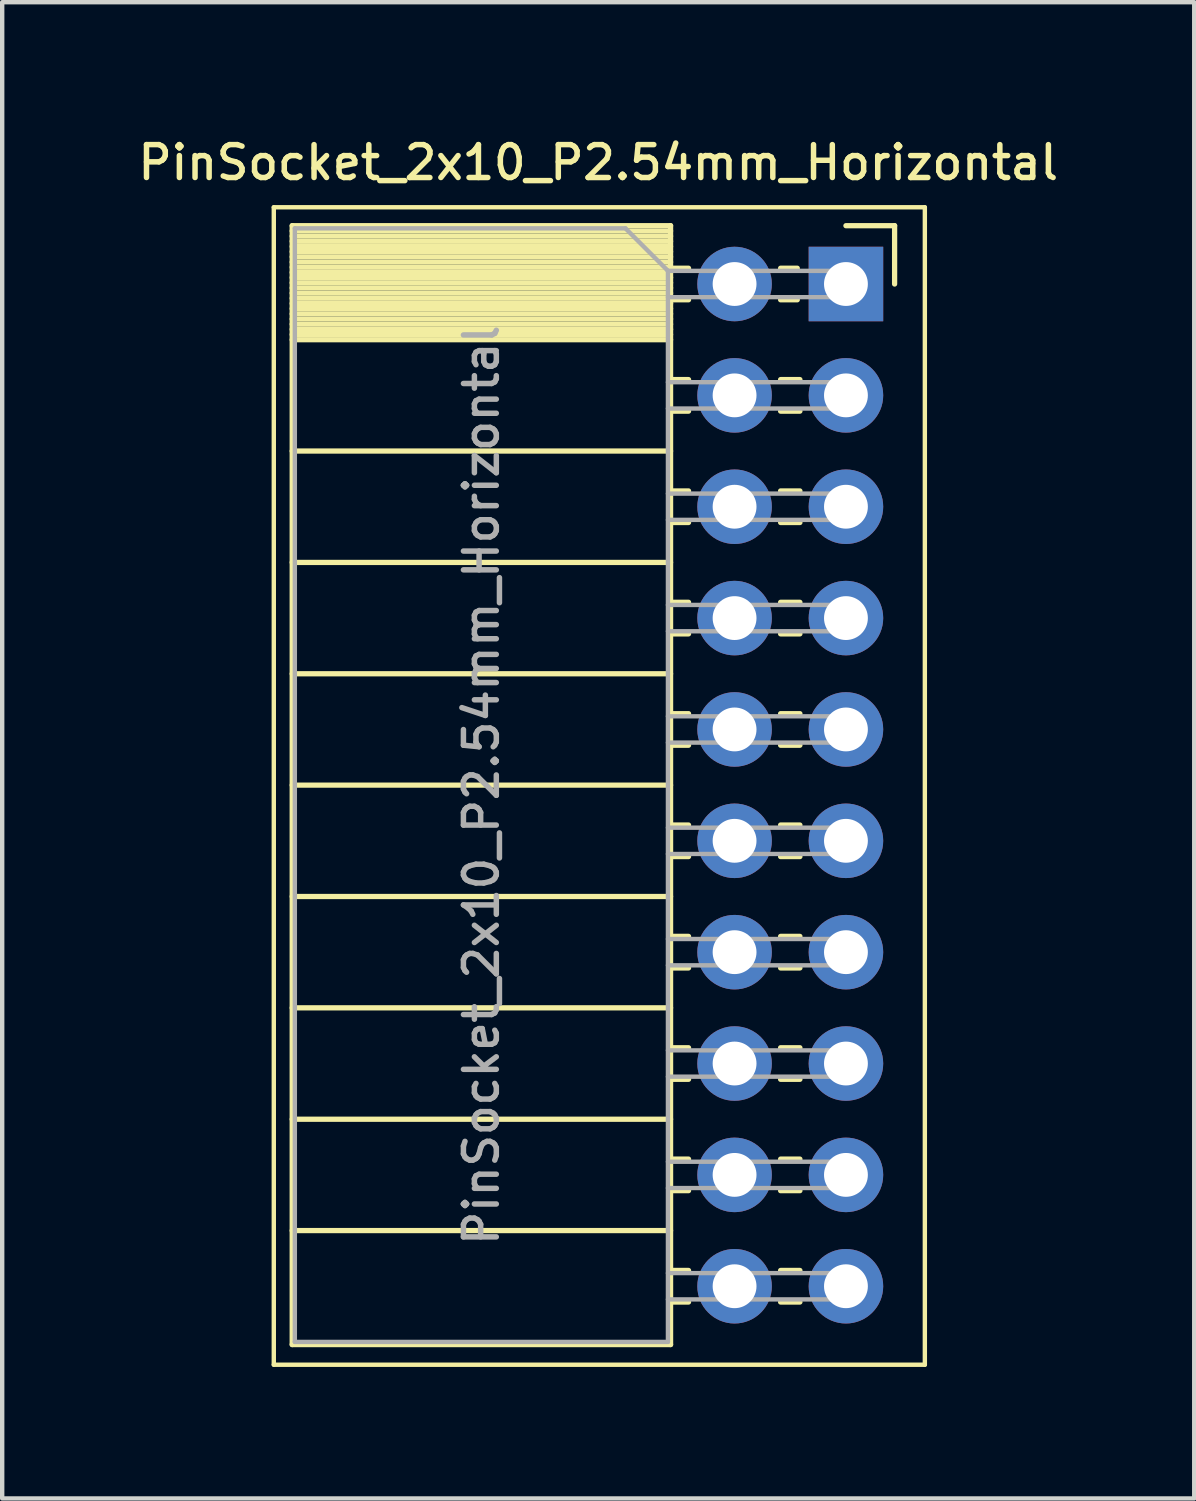
<source format=kicad_pcb>
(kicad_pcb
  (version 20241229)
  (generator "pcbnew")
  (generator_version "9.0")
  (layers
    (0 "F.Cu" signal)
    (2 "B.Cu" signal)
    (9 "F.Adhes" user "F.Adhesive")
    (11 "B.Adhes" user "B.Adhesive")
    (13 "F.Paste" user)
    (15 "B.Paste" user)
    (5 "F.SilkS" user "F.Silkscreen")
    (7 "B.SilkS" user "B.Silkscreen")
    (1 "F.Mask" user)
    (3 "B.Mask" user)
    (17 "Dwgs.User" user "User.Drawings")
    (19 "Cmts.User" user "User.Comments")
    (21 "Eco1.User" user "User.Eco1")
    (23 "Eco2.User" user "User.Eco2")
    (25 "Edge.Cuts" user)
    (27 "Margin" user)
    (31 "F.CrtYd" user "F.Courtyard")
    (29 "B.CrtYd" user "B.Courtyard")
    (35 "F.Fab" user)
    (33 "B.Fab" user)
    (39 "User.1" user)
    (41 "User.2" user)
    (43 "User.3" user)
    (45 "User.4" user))
  (footprint "PinSocket_2x10_P2.54mm_Horizontal"
    (layer "F.Cu")
    (at 16.245 3.428)
    (property "Reference" "PinSocket_2x10_P2.54mm_Horizontal" (at -5.65 -2.77 0) (layer "F.SilkS") (effects (font (size 0.75 0.75) (thickness 0.125))))
    (attr through_hole)
    (fp_line (start -13.05 -1.75) (end -13.05 24.65) (stroke (width 0.1) (type solid)) (layer "F.SilkS"))
    (fp_line (start -13.05 24.65) (end 1.8 24.65) (stroke (width 0.1) (type solid)) (layer "F.SilkS"))
    (fp_line (start -12.63 -1.33) (end -12.63 24.19) (stroke (width 0.12) (type solid)) (layer "F.SilkS"))
    (fp_line (start -12.63 -1.33) (end -4 -1.33) (stroke (width 0.12) (type solid)) (layer "F.SilkS"))
    (fp_line (start -12.63 -1.21) (end -4 -1.21) (stroke (width 0.12) (type solid)) (layer "F.SilkS"))
    (fp_line (start -12.63 -1.092) (end -4 -1.092) (stroke (width 0.12) (type solid)) (layer "F.SilkS"))
    (fp_line (start -12.63 -0.974) (end -4 -0.974) (stroke (width 0.12) (type solid)) (layer "F.SilkS"))
    (fp_line (start -12.63 -0.856) (end -4 -0.856) (stroke (width 0.12) (type solid)) (layer "F.SilkS"))
    (fp_line (start -12.63 -0.738) (end -4 -0.738) (stroke (width 0.12) (type solid)) (layer "F.SilkS"))
    (fp_line (start -12.63 -0.62) (end -4 -0.62) (stroke (width 0.12) (type solid)) (layer "F.SilkS"))
    (fp_line (start -12.63 -0.501) (end -4 -0.501) (stroke (width 0.12) (type solid)) (layer "F.SilkS"))
    (fp_line (start -12.63 -0.383) (end -4 -0.383) (stroke (width 0.12) (type solid)) (layer "F.SilkS"))
    (fp_line (start -12.63 -0.265) (end -4 -0.265) (stroke (width 0.12) (type solid)) (layer "F.SilkS"))
    (fp_line (start -12.63 -0.147) (end -4 -0.147) (stroke (width 0.12) (type solid)) (layer "F.SilkS"))
    (fp_line (start -12.63 -0.029) (end -4 -0.029) (stroke (width 0.12) (type solid)) (layer "F.SilkS"))
    (fp_line (start -12.63 0.089) (end -4 0.089) (stroke (width 0.12) (type solid)) (layer "F.SilkS"))
    (fp_line (start -12.63 0.207) (end -4 0.207) (stroke (width 0.12) (type solid)) (layer "F.SilkS"))
    (fp_line (start -12.63 0.325) (end -4 0.325) (stroke (width 0.12) (type solid)) (layer "F.SilkS"))
    (fp_line (start -12.63 0.443) (end -4 0.443) (stroke (width 0.12) (type solid)) (layer "F.SilkS"))
    (fp_line (start -12.63 0.561) (end -4 0.561) (stroke (width 0.12) (type solid)) (layer "F.SilkS"))
    (fp_line (start -12.63 0.68) (end -4 0.68) (stroke (width 0.12) (type solid)) (layer "F.SilkS"))
    (fp_line (start -12.63 0.798) (end -4 0.798) (stroke (width 0.12) (type solid)) (layer "F.SilkS"))
    (fp_line (start -12.63 0.916) (end -4 0.916) (stroke (width 0.12) (type solid)) (layer "F.SilkS"))
    (fp_line (start -12.63 1.034) (end -4 1.034) (stroke (width 0.12) (type solid)) (layer "F.SilkS"))
    (fp_line (start -12.63 1.152) (end -4 1.152) (stroke (width 0.12) (type solid)) (layer "F.SilkS"))
    (fp_line (start -12.63 1.27) (end -4 1.27) (stroke (width 0.12) (type solid)) (layer "F.SilkS"))
    (fp_line (start -12.63 3.81) (end -4 3.81) (stroke (width 0.12) (type solid)) (layer "F.SilkS"))
    (fp_line (start -12.63 6.35) (end -4 6.35) (stroke (width 0.12) (type solid)) (layer "F.SilkS"))
    (fp_line (start -12.63 8.89) (end -4 8.89) (stroke (width 0.12) (type solid)) (layer "F.SilkS"))
    (fp_line (start -12.63 11.43) (end -4 11.43) (stroke (width 0.12) (type solid)) (layer "F.SilkS"))
    (fp_line (start -12.63 13.97) (end -4 13.97) (stroke (width 0.12) (type solid)) (layer "F.SilkS"))
    (fp_line (start -12.63 16.51) (end -4 16.51) (stroke (width 0.12) (type solid)) (layer "F.SilkS"))
    (fp_line (start -12.63 19.05) (end -4 19.05) (stroke (width 0.12) (type solid)) (layer "F.SilkS"))
    (fp_line (start -12.63 21.59) (end -4 21.59) (stroke (width 0.12) (type solid)) (layer "F.SilkS"))
    (fp_line (start -12.63 24.19) (end -4 24.19) (stroke (width 0.12) (type solid)) (layer "F.SilkS"))
    (fp_line (start -4 -1.33) (end -4 24.19) (stroke (width 0.12) (type solid)) (layer "F.SilkS"))
    (fp_line (start -4 -0.36) (end -3.59 -0.36) (stroke (width 0.12) (type solid)) (layer "F.SilkS"))
    (fp_line (start -4 0.36) (end -3.59 0.36) (stroke (width 0.12) (type solid)) (layer "F.SilkS"))
    (fp_line (start -4 2.18) (end -3.59 2.18) (stroke (width 0.12) (type solid)) (layer "F.SilkS"))
    (fp_line (start -4 2.9) (end -3.59 2.9) (stroke (width 0.12) (type solid)) (layer "F.SilkS"))
    (fp_line (start -4 4.72) (end -3.59 4.72) (stroke (width 0.12) (type solid)) (layer "F.SilkS"))
    (fp_line (start -4 5.44) (end -3.59 5.44) (stroke (width 0.12) (type solid)) (layer "F.SilkS"))
    (fp_line (start -4 7.26) (end -3.59 7.26) (stroke (width 0.12) (type solid)) (layer "F.SilkS"))
    (fp_line (start -4 7.98) (end -3.59 7.98) (stroke (width 0.12) (type solid)) (layer "F.SilkS"))
    (fp_line (start -4 9.8) (end -3.59 9.8) (stroke (width 0.12) (type solid)) (layer "F.SilkS"))
    (fp_line (start -4 10.52) (end -3.59 10.52) (stroke (width 0.12) (type solid)) (layer "F.SilkS"))
    (fp_line (start -4 12.34) (end -3.59 12.34) (stroke (width 0.12) (type solid)) (layer "F.SilkS"))
    (fp_line (start -4 13.06) (end -3.59 13.06) (stroke (width 0.12) (type solid)) (layer "F.SilkS"))
    (fp_line (start -4 14.88) (end -3.59 14.88) (stroke (width 0.12) (type solid)) (layer "F.SilkS"))
    (fp_line (start -4 15.6) (end -3.59 15.6) (stroke (width 0.12) (type solid)) (layer "F.SilkS"))
    (fp_line (start -4 17.42) (end -3.59 17.42) (stroke (width 0.12) (type solid)) (layer "F.SilkS"))
    (fp_line (start -4 18.14) (end -3.59 18.14) (stroke (width 0.12) (type solid)) (layer "F.SilkS"))
    (fp_line (start -4 19.96) (end -3.59 19.96) (stroke (width 0.12) (type solid)) (layer "F.SilkS"))
    (fp_line (start -4 20.68) (end -3.59 20.68) (stroke (width 0.12) (type solid)) (layer "F.SilkS"))
    (fp_line (start -4 22.5) (end -3.59 22.5) (stroke (width 0.12) (type solid)) (layer "F.SilkS"))
    (fp_line (start -4 23.22) (end -3.59 23.22) (stroke (width 0.12) (type solid)) (layer "F.SilkS"))
    (fp_line (start -1.49 -0.36) (end -1.11 -0.36) (stroke (width 0.12) (type solid)) (layer "F.SilkS"))
    (fp_line (start -1.49 0.36) (end -1.11 0.36) (stroke (width 0.12) (type solid)) (layer "F.SilkS"))
    (fp_line (start -1.49 2.18) (end -1.05 2.18) (stroke (width 0.12) (type solid)) (layer "F.SilkS"))
    (fp_line (start -1.49 2.9) (end -1.05 2.9) (stroke (width 0.12) (type solid)) (layer "F.SilkS"))
    (fp_line (start -1.49 4.72) (end -1.05 4.72) (stroke (width 0.12) (type solid)) (layer "F.SilkS"))
    (fp_line (start -1.49 5.44) (end -1.05 5.44) (stroke (width 0.12) (type solid)) (layer "F.SilkS"))
    (fp_line (start -1.49 7.26) (end -1.05 7.26) (stroke (width 0.12) (type solid)) (layer "F.SilkS"))
    (fp_line (start -1.49 7.98) (end -1.05 7.98) (stroke (width 0.12) (type solid)) (layer "F.SilkS"))
    (fp_line (start -1.49 9.8) (end -1.05 9.8) (stroke (width 0.12) (type solid)) (layer "F.SilkS"))
    (fp_line (start -1.49 10.52) (end -1.05 10.52) (stroke (width 0.12) (type solid)) (layer "F.SilkS"))
    (fp_line (start -1.49 12.34) (end -1.05 12.34) (stroke (width 0.12) (type solid)) (layer "F.SilkS"))
    (fp_line (start -1.49 13.06) (end -1.05 13.06) (stroke (width 0.12) (type solid)) (layer "F.SilkS"))
    (fp_line (start -1.49 14.88) (end -1.05 14.88) (stroke (width 0.12) (type solid)) (layer "F.SilkS"))
    (fp_line (start -1.49 15.6) (end -1.05 15.6) (stroke (width 0.12) (type solid)) (layer "F.SilkS"))
    (fp_line (start -1.49 17.42) (end -1.05 17.42) (stroke (width 0.12) (type solid)) (layer "F.SilkS"))
    (fp_line (start -1.49 18.14) (end -1.05 18.14) (stroke (width 0.12) (type solid)) (layer "F.SilkS"))
    (fp_line (start -1.49 19.96) (end -1.05 19.96) (stroke (width 0.12) (type solid)) (layer "F.SilkS"))
    (fp_line (start -1.49 20.68) (end -1.05 20.68) (stroke (width 0.12) (type solid)) (layer "F.SilkS"))
    (fp_line (start -1.49 22.5) (end -1.05 22.5) (stroke (width 0.12) (type solid)) (layer "F.SilkS"))
    (fp_line (start -1.49 23.22) (end -1.05 23.22) (stroke (width 0.12) (type solid)) (layer "F.SilkS"))
    (fp_line (start 0 -1.33) (end 1.11 -1.33) (stroke (width 0.12) (type solid)) (layer "F.SilkS"))
    (fp_line (start 1.11 -1.33) (end 1.11 0) (stroke (width 0.12) (type solid)) (layer "F.SilkS"))
    (fp_line (start 1.8 -1.75) (end -13.05 -1.75) (stroke (width 0.1) (type solid)) (layer "F.SilkS"))
    (fp_line (start 1.8 24.65) (end 1.8 -1.75) (stroke (width 0.1) (type solid)) (layer "F.SilkS"))
    (fp_line (start -12.57 -1.27) (end -5.03 -1.27) (stroke (width 0.1) (type solid)) (layer "F.Fab"))
    (fp_line (start -12.57 24.13) (end -12.57 -1.27) (stroke (width 0.1) (type solid)) (layer "F.Fab"))
    (fp_line (start -5.03 -1.27) (end -4.06 -0.3) (stroke (width 0.1) (type solid)) (layer "F.Fab"))
    (fp_line (start -4.06 -0.3) (end -4.06 24.13) (stroke (width 0.1) (type solid)) (layer "F.Fab"))
    (fp_line (start -4.06 0.3) (end 0 0.3) (stroke (width 0.1) (type solid)) (layer "F.Fab"))
    (fp_line (start -4.06 2.84) (end 0 2.84) (stroke (width 0.1) (type solid)) (layer "F.Fab"))
    (fp_line (start -4.06 5.38) (end 0 5.38) (stroke (width 0.1) (type solid)) (layer "F.Fab"))
    (fp_line (start -4.06 7.92) (end 0 7.92) (stroke (width 0.1) (type solid)) (layer "F.Fab"))
    (fp_line (start -4.06 10.46) (end 0 10.46) (stroke (width 0.1) (type solid)) (layer "F.Fab"))
    (fp_line (start -4.06 13) (end 0 13) (stroke (width 0.1) (type solid)) (layer "F.Fab"))
    (fp_line (start -4.06 15.54) (end 0 15.54) (stroke (width 0.1) (type solid)) (layer "F.Fab"))
    (fp_line (start -4.06 18.08) (end 0 18.08) (stroke (width 0.1) (type solid)) (layer "F.Fab"))
    (fp_line (start -4.06 20.62) (end 0 20.62) (stroke (width 0.1) (type solid)) (layer "F.Fab"))
    (fp_line (start -4.06 23.16) (end 0 23.16) (stroke (width 0.1) (type solid)) (layer "F.Fab"))
    (fp_line (start -4.06 24.13) (end -12.57 24.13) (stroke (width 0.1) (type solid)) (layer "F.Fab"))
    (fp_line (start 0 -0.3) (end -4.06 -0.3) (stroke (width 0.1) (type solid)) (layer "F.Fab"))
    (fp_line (start 0 0.3) (end 0 -0.3) (stroke (width 0.1) (type solid)) (layer "F.Fab"))
    (fp_line (start 0 2.24) (end -4.06 2.24) (stroke (width 0.1) (type solid)) (layer "F.Fab"))
    (fp_line (start 0 2.84) (end 0 2.24) (stroke (width 0.1) (type solid)) (layer "F.Fab"))
    (fp_line (start 0 4.78) (end -4.06 4.78) (stroke (width 0.1) (type solid)) (layer "F.Fab"))
    (fp_line (start 0 5.38) (end 0 4.78) (stroke (width 0.1) (type solid)) (layer "F.Fab"))
    (fp_line (start 0 7.32) (end -4.06 7.32) (stroke (width 0.1) (type solid)) (layer "F.Fab"))
    (fp_line (start 0 7.92) (end 0 7.32) (stroke (width 0.1) (type solid)) (layer "F.Fab"))
    (fp_line (start 0 9.86) (end -4.06 9.86) (stroke (width 0.1) (type solid)) (layer "F.Fab"))
    (fp_line (start 0 10.46) (end 0 9.86) (stroke (width 0.1) (type solid)) (layer "F.Fab"))
    (fp_line (start 0 12.4) (end -4.06 12.4) (stroke (width 0.1) (type solid)) (layer "F.Fab"))
    (fp_line (start 0 13) (end 0 12.4) (stroke (width 0.1) (type solid)) (layer "F.Fab"))
    (fp_line (start 0 14.94) (end -4.06 14.94) (stroke (width 0.1) (type solid)) (layer "F.Fab"))
    (fp_line (start 0 15.54) (end 0 14.94) (stroke (width 0.1) (type solid)) (layer "F.Fab"))
    (fp_line (start 0 17.48) (end -4.06 17.48) (stroke (width 0.1) (type solid)) (layer "F.Fab"))
    (fp_line (start 0 18.08) (end 0 17.48) (stroke (width 0.1) (type solid)) (layer "F.Fab"))
    (fp_line (start 0 20.02) (end -4.06 20.02) (stroke (width 0.1) (type solid)) (layer "F.Fab"))
    (fp_line (start 0 20.62) (end 0 20.02) (stroke (width 0.1) (type solid)) (layer "F.Fab"))
    (fp_line (start 0 22.56) (end -4.06 22.56) (stroke (width 0.1) (type solid)) (layer "F.Fab"))
    (fp_line (start 0 23.16) (end 0 22.56) (stroke (width 0.1) (type solid)) (layer "F.Fab"))
    (fp_text user "${REFERENCE}" (at -8.315 11.43 90) (layer "F.Fab") (effects (font (size 0.75 0.75) (thickness 0.125))))
    (pad "1" thru_hole rect (at 0 0) (size 1.7 1.7) (drill 1) (layers "*.Cu" "*.Mask"))
    (pad "2" thru_hole oval (at -2.54 0) (size 1.7 1.7) (drill 1) (layers "*.Cu" "*.Mask"))
    (pad "3" thru_hole oval (at 0 2.54) (size 1.7 1.7) (drill 1) (layers "*.Cu" "*.Mask"))
    (pad "4" thru_hole oval (at -2.54 2.54) (size 1.7 1.7) (drill 1) (layers "*.Cu" "*.Mask"))
    (pad "5" thru_hole oval (at 0 5.08) (size 1.7 1.7) (drill 1) (layers "*.Cu" "*.Mask"))
    (pad "6" thru_hole oval (at -2.54 5.08) (size 1.7 1.7) (drill 1) (layers "*.Cu" "*.Mask"))
    (pad "7" thru_hole oval (at 0 7.62) (size 1.7 1.7) (drill 1) (layers "*.Cu" "*.Mask"))
    (pad "8" thru_hole oval (at -2.54 7.62) (size 1.7 1.7) (drill 1) (layers "*.Cu" "*.Mask"))
    (pad "9" thru_hole oval (at 0 10.16) (size 1.7 1.7) (drill 1) (layers "*.Cu" "*.Mask"))
    (pad "10" thru_hole oval (at -2.54 10.16) (size 1.7 1.7) (drill 1) (layers "*.Cu" "*.Mask"))
    (pad "11" thru_hole oval (at 0 12.7) (size 1.7 1.7) (drill 1) (layers "*.Cu" "*.Mask"))
    (pad "12" thru_hole oval (at -2.54 12.7) (size 1.7 1.7) (drill 1) (layers "*.Cu" "*.Mask"))
    (pad "13" thru_hole oval (at 0 15.24) (size 1.7 1.7) (drill 1) (layers "*.Cu" "*.Mask"))
    (pad "14" thru_hole oval (at -2.54 15.24) (size 1.7 1.7) (drill 1) (layers "*.Cu" "*.Mask"))
    (pad "15" thru_hole oval (at 0 17.78) (size 1.7 1.7) (drill 1) (layers "*.Cu" "*.Mask"))
    (pad "16" thru_hole oval (at -2.54 17.78) (size 1.7 1.7) (drill 1) (layers "*.Cu" "*.Mask"))
    (pad "17" thru_hole oval (at 0 20.32) (size 1.7 1.7) (drill 1) (layers "*.Cu" "*.Mask"))
    (pad "18" thru_hole oval (at -2.54 20.32) (size 1.7 1.7) (drill 1) (layers "*.Cu" "*.Mask"))
    (pad "19" thru_hole oval (at 0 22.86) (size 1.7 1.7) (drill 1) (layers "*.Cu" "*.Mask"))
    (pad "20" thru_hole oval (at -2.54 22.86) (size 1.7 1.7) (drill 1) (layers "*.Cu" "*.Mask")))
  (gr_rect
    (start -3 -3)
    (end 24.189 31.128)
    (stroke (width 0.1) (type default))
    (fill no)
    (layer "Edge.Cuts")))
</source>
